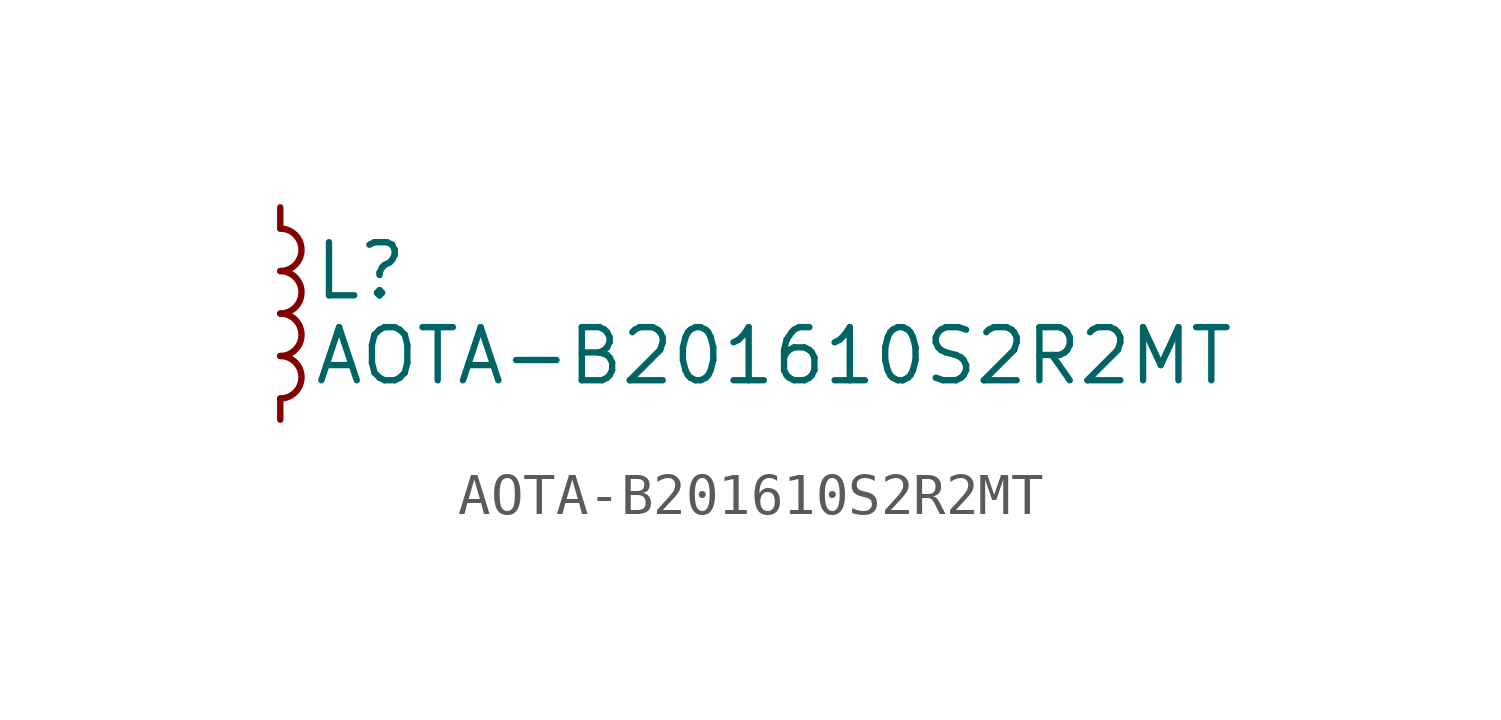
<source format=kicad_sym>
(kicad_symbol_lib
  (version 20241209)
  (generator "kicad_symbol_editor")
  (generator_version "9.0")
  (symbol "AOTA-B201610S2R2MT"
    (pin_numbers
      (hide yes))
    (pin_names
      (offset 0.254)
      (hide yes))
    (property "Reference" "L"
      (at 0.762 1.016 0)
      (effects (font (size 1.27 1.27)) (justify left)))
    (property "Value" "AOTA-B201610S2R2MT"
      (at 0.762 -1.016 0)
      (effects (font (size 1.27 1.27)) (justify left)))
    (symbol "AOTA-B201610S2R2MT_0_1"
      (arc (start 0 2.032) (mid 0.5058 1.524) (end 0 1.016) (stroke (width 0) (type default)) (fill (type none)))
      (arc (start 0 1.016) (mid 0.5058 0.508) (end 0 0) (stroke (width 0) (type default)) (fill (type none)))
      (arc (start 0 0) (mid 0.5058 -0.508) (end 0 -1.016) (stroke (width 0) (type default)) (fill (type none)))
      (arc (start 0 -1.016) (mid 0.5058 -1.524) (end 0 -2.032) (stroke (width 0) (type default)) (fill (type none))))
    (symbol "AOTA-B201610S2R2MT_1_1"
      (pin passive line (at 0 2.54 270) (length 0.508) (name "~" (effects (font (size 1.27 1.27)))) (number "1" (effects (font (size 1.27 1.27)))))
      (pin passive line (at 0 -2.54 90) (length 0.508) (name "~" (effects (font (size 1.27 1.27)))) (number "2" (effects (font (size 1.27 1.27))))))))
</source>
